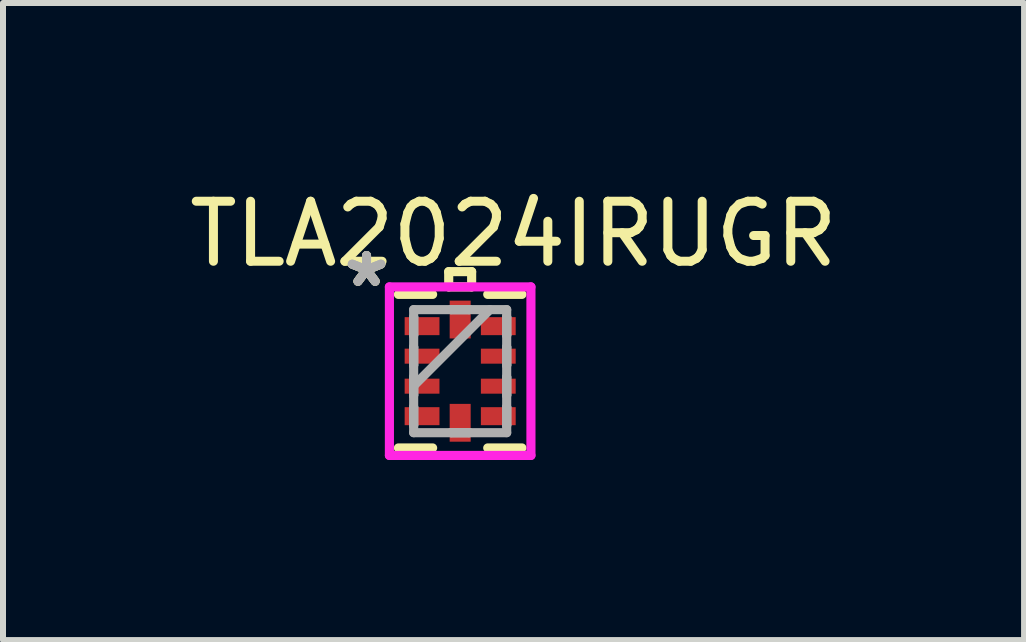
<source format=kicad_pcb>
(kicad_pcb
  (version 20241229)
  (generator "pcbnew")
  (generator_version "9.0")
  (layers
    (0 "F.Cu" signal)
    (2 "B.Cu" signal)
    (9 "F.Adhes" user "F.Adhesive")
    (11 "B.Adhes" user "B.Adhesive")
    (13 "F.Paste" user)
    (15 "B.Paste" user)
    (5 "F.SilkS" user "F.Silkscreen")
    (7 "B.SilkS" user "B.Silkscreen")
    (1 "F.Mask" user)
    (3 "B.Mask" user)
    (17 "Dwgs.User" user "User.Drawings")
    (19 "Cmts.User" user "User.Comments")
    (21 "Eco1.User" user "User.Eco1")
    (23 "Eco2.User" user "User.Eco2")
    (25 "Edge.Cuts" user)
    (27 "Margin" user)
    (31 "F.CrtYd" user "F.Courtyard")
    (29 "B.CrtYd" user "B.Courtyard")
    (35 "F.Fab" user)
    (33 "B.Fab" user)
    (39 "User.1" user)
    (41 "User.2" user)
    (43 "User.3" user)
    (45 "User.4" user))
  (footprint "TLA2024IRUGR"
    (layer "F.Cu")
    (at 4.617 3.134)
    (property "Reference" "TLA2024IRUGR" (at 0.889 -2.286 0) (layer "F.SilkS") (effects (font (size 1 1) (thickness 0.15))))
    (attr through_hole)
    (fp_line (start -0.975 -0.95) (end -0.975 -0.55) (stroke (width 0.152) (type solid)) (layer "F.Mask"))
    (fp_line (start -0.975 -0.55) (end -0.295 -0.55) (stroke (width 0.152) (type solid)) (layer "F.Mask"))
    (fp_line (start -0.975 -0.45) (end -0.975 -0.05) (stroke (width 0.152) (type solid)) (layer "F.Mask"))
    (fp_line (start -0.975 -0.05) (end -0.295 -0.05) (stroke (width 0.152) (type solid)) (layer "F.Mask"))
    (fp_line (start -0.975 0.05) (end -0.975 0.45) (stroke (width 0.152) (type solid)) (layer "F.Mask"))
    (fp_line (start -0.975 0.45) (end -0.295 0.45) (stroke (width 0.152) (type solid)) (layer "F.Mask"))
    (fp_line (start -0.975 0.55) (end -0.975 0.95) (stroke (width 0.152) (type solid)) (layer "F.Mask"))
    (fp_line (start -0.975 0.95) (end -0.295 0.95) (stroke (width 0.152) (type solid)) (layer "F.Mask"))
    (fp_line (start -0.295 -0.95) (end -0.975 -0.95) (stroke (width 0.152) (type solid)) (layer "F.Mask"))
    (fp_line (start -0.295 -0.55) (end -0.295 -0.95) (stroke (width 0.152) (type solid)) (layer "F.Mask"))
    (fp_line (start -0.295 -0.45) (end -0.975 -0.45) (stroke (width 0.152) (type solid)) (layer "F.Mask"))
    (fp_line (start -0.295 -0.05) (end -0.295 -0.45) (stroke (width 0.152) (type solid)) (layer "F.Mask"))
    (fp_line (start -0.295 0.05) (end -0.975 0.05) (stroke (width 0.152) (type solid)) (layer "F.Mask"))
    (fp_line (start -0.295 0.45) (end -0.295 0.05) (stroke (width 0.152) (type solid)) (layer "F.Mask"))
    (fp_line (start -0.295 0.55) (end -0.975 0.55) (stroke (width 0.152) (type solid)) (layer "F.Mask"))
    (fp_line (start -0.295 0.95) (end -0.295 0.55) (stroke (width 0.152) (type solid)) (layer "F.Mask"))
    (fp_line (start -0.2 -1.2) (end -0.2 -0.52) (stroke (width 0.152) (type solid)) (layer "F.Mask"))
    (fp_line (start -0.2 -0.52) (end 0.2 -0.52) (stroke (width 0.152) (type solid)) (layer "F.Mask"))
    (fp_line (start -0.2 0.52) (end -0.2 1.2) (stroke (width 0.152) (type solid)) (layer "F.Mask"))
    (fp_line (start -0.2 1.2) (end 0.2 1.2) (stroke (width 0.152) (type solid)) (layer "F.Mask"))
    (fp_line (start 0.2 -1.2) (end -0.2 -1.2) (stroke (width 0.152) (type solid)) (layer "F.Mask"))
    (fp_line (start 0.2 -0.52) (end 0.2 -1.2) (stroke (width 0.152) (type solid)) (layer "F.Mask"))
    (fp_line (start 0.2 0.52) (end -0.2 0.52) (stroke (width 0.152) (type solid)) (layer "F.Mask"))
    (fp_line (start 0.2 1.2) (end 0.2 0.52) (stroke (width 0.152) (type solid)) (layer "F.Mask"))
    (fp_line (start 0.295 -0.95) (end 0.295 -0.55) (stroke (width 0.152) (type solid)) (layer "F.Mask"))
    (fp_line (start 0.295 -0.55) (end 0.975 -0.55) (stroke (width 0.152) (type solid)) (layer "F.Mask"))
    (fp_line (start 0.295 -0.45) (end 0.295 -0.05) (stroke (width 0.152) (type solid)) (layer "F.Mask"))
    (fp_line (start 0.295 -0.05) (end 0.975 -0.05) (stroke (width 0.152) (type solid)) (layer "F.Mask"))
    (fp_line (start 0.295 0.05) (end 0.295 0.45) (stroke (width 0.152) (type solid)) (layer "F.Mask"))
    (fp_line (start 0.295 0.45) (end 0.975 0.45) (stroke (width 0.152) (type solid)) (layer "F.Mask"))
    (fp_line (start 0.295 0.55) (end 0.295 0.95) (stroke (width 0.152) (type solid)) (layer "F.Mask"))
    (fp_line (start 0.295 0.95) (end 0.975 0.95) (stroke (width 0.152) (type solid)) (layer "F.Mask"))
    (fp_line (start 0.975 -0.95) (end 0.295 -0.95) (stroke (width 0.152) (type solid)) (layer "F.Mask"))
    (fp_line (start 0.975 -0.55) (end 0.975 -0.95) (stroke (width 0.152) (type solid)) (layer "F.Mask"))
    (fp_line (start 0.975 -0.45) (end 0.295 -0.45) (stroke (width 0.152) (type solid)) (layer "F.Mask"))
    (fp_line (start 0.975 -0.05) (end 0.975 -0.45) (stroke (width 0.152) (type solid)) (layer "F.Mask"))
    (fp_line (start 0.975 0.05) (end 0.295 0.05) (stroke (width 0.152) (type solid)) (layer "F.Mask"))
    (fp_line (start 0.975 0.45) (end 0.975 0.05) (stroke (width 0.152) (type solid)) (layer "F.Mask"))
    (fp_line (start 0.975 0.55) (end 0.295 0.55) (stroke (width 0.152) (type solid)) (layer "F.Mask"))
    (fp_line (start 0.975 0.95) (end 0.975 0.55) (stroke (width 0.152) (type solid)) (layer "F.Mask"))
    (fp_line (start -1.029 1.279) (end -0.459 1.279) (stroke (width 0.152) (type solid)) (layer "F.SilkS"))
    (fp_line (start -0.459 -1.279) (end -1.029 -1.279) (stroke (width 0.152) (type solid)) (layer "F.SilkS"))
    (fp_line (start -0.191 -1.658) (end 0.191 -1.658) (stroke (width 0.152) (type solid)) (layer "F.SilkS"))
    (fp_line (start -0.191 -1.404) (end -0.191 -1.658) (stroke (width 0.152) (type solid)) (layer "F.SilkS"))
    (fp_line (start 0.191 -1.658) (end 0.191 -1.404) (stroke (width 0.152) (type solid)) (layer "F.SilkS"))
    (fp_line (start 0.191 -1.404) (end -0.191 -1.404) (stroke (width 0.152) (type solid)) (layer "F.SilkS"))
    (fp_line (start 0.459 1.279) (end 1.029 1.279) (stroke (width 0.152) (type solid)) (layer "F.SilkS"))
    (fp_line (start 1.029 -1.279) (end 0.459 -1.279) (stroke (width 0.152) (type solid)) (layer "F.SilkS"))
    (fp_line (start -0.9 -0.875) (end -0.9 -0.625) (stroke (width 0.152) (type solid)) (layer "F.Paste"))
    (fp_line (start -0.9 -0.625) (end -0.37 -0.625) (stroke (width 0.152) (type solid)) (layer "F.Paste"))
    (fp_line (start -0.9 -0.375) (end -0.9 -0.125) (stroke (width 0.152) (type solid)) (layer "F.Paste"))
    (fp_line (start -0.9 -0.125) (end -0.37 -0.125) (stroke (width 0.152) (type solid)) (layer "F.Paste"))
    (fp_line (start -0.9 0.125) (end -0.9 0.375) (stroke (width 0.152) (type solid)) (layer "F.Paste"))
    (fp_line (start -0.9 0.375) (end -0.37 0.375) (stroke (width 0.152) (type solid)) (layer "F.Paste"))
    (fp_line (start -0.9 0.625) (end -0.9 0.875) (stroke (width 0.152) (type solid)) (layer "F.Paste"))
    (fp_line (start -0.9 0.875) (end -0.37 0.875) (stroke (width 0.152) (type solid)) (layer "F.Paste"))
    (fp_line (start -0.37 -0.875) (end -0.9 -0.875) (stroke (width 0.152) (type solid)) (layer "F.Paste"))
    (fp_line (start -0.37 -0.625) (end -0.37 -0.875) (stroke (width 0.152) (type solid)) (layer "F.Paste"))
    (fp_line (start -0.37 -0.375) (end -0.9 -0.375) (stroke (width 0.152) (type solid)) (layer "F.Paste"))
    (fp_line (start -0.37 -0.125) (end -0.37 -0.375) (stroke (width 0.152) (type solid)) (layer "F.Paste"))
    (fp_line (start -0.37 0.125) (end -0.9 0.125) (stroke (width 0.152) (type solid)) (layer "F.Paste"))
    (fp_line (start -0.37 0.375) (end -0.37 0.125) (stroke (width 0.152) (type solid)) (layer "F.Paste"))
    (fp_line (start -0.37 0.625) (end -0.9 0.625) (stroke (width 0.152) (type solid)) (layer "F.Paste"))
    (fp_line (start -0.37 0.875) (end -0.37 0.625) (stroke (width 0.152) (type solid)) (layer "F.Paste"))
    (fp_line (start -0.125 -1.125) (end -0.125 -0.595) (stroke (width 0.152) (type solid)) (layer "F.Paste"))
    (fp_line (start -0.125 -0.595) (end 0.125 -0.595) (stroke (width 0.152) (type solid)) (layer "F.Paste"))
    (fp_line (start -0.125 0.595) (end -0.125 1.125) (stroke (width 0.152) (type solid)) (layer "F.Paste"))
    (fp_line (start -0.125 1.125) (end 0.125 1.125) (stroke (width 0.152) (type solid)) (layer "F.Paste"))
    (fp_line (start 0.125 -1.125) (end -0.125 -1.125) (stroke (width 0.152) (type solid)) (layer "F.Paste"))
    (fp_line (start 0.125 -0.595) (end 0.125 -1.125) (stroke (width 0.152) (type solid)) (layer "F.Paste"))
    (fp_line (start 0.125 0.595) (end -0.125 0.595) (stroke (width 0.152) (type solid)) (layer "F.Paste"))
    (fp_line (start 0.125 1.125) (end 0.125 0.595) (stroke (width 0.152) (type solid)) (layer "F.Paste"))
    (fp_line (start 0.37 -0.875) (end 0.37 -0.625) (stroke (width 0.152) (type solid)) (layer "F.Paste"))
    (fp_line (start 0.37 -0.625) (end 0.9 -0.625) (stroke (width 0.152) (type solid)) (layer "F.Paste"))
    (fp_line (start 0.37 -0.375) (end 0.37 -0.125) (stroke (width 0.152) (type solid)) (layer "F.Paste"))
    (fp_line (start 0.37 -0.125) (end 0.9 -0.125) (stroke (width 0.152) (type solid)) (layer "F.Paste"))
    (fp_line (start 0.37 0.125) (end 0.37 0.375) (stroke (width 0.152) (type solid)) (layer "F.Paste"))
    (fp_line (start 0.37 0.375) (end 0.9 0.375) (stroke (width 0.152) (type solid)) (layer "F.Paste"))
    (fp_line (start 0.37 0.625) (end 0.37 0.875) (stroke (width 0.152) (type solid)) (layer "F.Paste"))
    (fp_line (start 0.37 0.875) (end 0.9 0.875) (stroke (width 0.152) (type solid)) (layer "F.Paste"))
    (fp_line (start 0.9 -0.875) (end 0.37 -0.875) (stroke (width 0.152) (type solid)) (layer "F.Paste"))
    (fp_line (start 0.9 -0.625) (end 0.9 -0.875) (stroke (width 0.152) (type solid)) (layer "F.Paste"))
    (fp_line (start 0.9 -0.375) (end 0.37 -0.375) (stroke (width 0.152) (type solid)) (layer "F.Paste"))
    (fp_line (start 0.9 -0.125) (end 0.9 -0.375) (stroke (width 0.152) (type solid)) (layer "F.Paste"))
    (fp_line (start 0.9 0.125) (end 0.37 0.125) (stroke (width 0.152) (type solid)) (layer "F.Paste"))
    (fp_line (start 0.9 0.375) (end 0.9 0.125) (stroke (width 0.152) (type solid)) (layer "F.Paste"))
    (fp_line (start 0.9 0.625) (end 0.37 0.625) (stroke (width 0.152) (type solid)) (layer "F.Paste"))
    (fp_line (start 0.9 0.875) (end 0.9 0.625) (stroke (width 0.152) (type solid)) (layer "F.Paste"))
    (fp_line (start -1.179 -1.404) (end 1.179 -1.404) (stroke (width 0.152) (type solid)) (layer "F.CrtYd"))
    (fp_line (start -1.179 1.404) (end -1.179 -1.404) (stroke (width 0.152) (type solid)) (layer "F.CrtYd"))
    (fp_line (start 1.179 -1.404) (end 1.179 1.404) (stroke (width 0.152) (type solid)) (layer "F.CrtYd"))
    (fp_line (start 1.179 1.404) (end -1.179 1.404) (stroke (width 0.152) (type solid)) (layer "F.CrtYd"))
    (fp_line (start -0.775 -1.025) (end -0.775 1.025) (stroke (width 0.152) (type solid)) (layer "F.Fab"))
    (fp_line (start -0.775 -0.9) (end -0.775 -0.9) (stroke (width 0.152) (type solid)) (layer "F.Fab"))
    (fp_line (start -0.775 -0.9) (end -0.775 -0.6) (stroke (width 0.152) (type solid)) (layer "F.Fab"))
    (fp_line (start -0.775 -0.6) (end -0.775 -0.9) (stroke (width 0.152) (type solid)) (layer "F.Fab"))
    (fp_line (start -0.775 -0.6) (end -0.775 -0.6) (stroke (width 0.152) (type solid)) (layer "F.Fab"))
    (fp_line (start -0.775 -0.4) (end -0.775 -0.4) (stroke (width 0.152) (type solid)) (layer "F.Fab"))
    (fp_line (start -0.775 -0.4) (end -0.775 -0.1) (stroke (width 0.152) (type solid)) (layer "F.Fab"))
    (fp_line (start -0.775 -0.1) (end -0.775 -0.4) (stroke (width 0.152) (type solid)) (layer "F.Fab"))
    (fp_line (start -0.775 -0.1) (end -0.775 -0.1) (stroke (width 0.152) (type solid)) (layer "F.Fab"))
    (fp_line (start -0.775 0.1) (end -0.775 0.1) (stroke (width 0.152) (type solid)) (layer "F.Fab"))
    (fp_line (start -0.775 0.1) (end -0.775 0.4) (stroke (width 0.152) (type solid)) (layer "F.Fab"))
    (fp_line (start -0.775 0.245) (end 0.495 -1.025) (stroke (width 0.152) (type solid)) (layer "F.Fab"))
    (fp_line (start -0.775 0.4) (end -0.775 0.1) (stroke (width 0.152) (type solid)) (layer "F.Fab"))
    (fp_line (start -0.775 0.4) (end -0.775 0.4) (stroke (width 0.152) (type solid)) (layer "F.Fab"))
    (fp_line (start -0.775 0.6) (end -0.775 0.6) (stroke (width 0.152) (type solid)) (layer "F.Fab"))
    (fp_line (start -0.775 0.6) (end -0.775 0.9) (stroke (width 0.152) (type solid)) (layer "F.Fab"))
    (fp_line (start -0.775 0.9) (end -0.775 0.6) (stroke (width 0.152) (type solid)) (layer "F.Fab"))
    (fp_line (start -0.775 0.9) (end -0.775 0.9) (stroke (width 0.152) (type solid)) (layer "F.Fab"))
    (fp_line (start -0.775 1.025) (end 0.775 1.025) (stroke (width 0.152) (type solid)) (layer "F.Fab"))
    (fp_line (start -0.15 -1.025) (end -0.15 -1.025) (stroke (width 0.152) (type solid)) (layer "F.Fab"))
    (fp_line (start -0.15 -1.025) (end 0.15 -1.025) (stroke (width 0.152) (type solid)) (layer "F.Fab"))
    (fp_line (start -0.15 1.025) (end -0.15 1.025) (stroke (width 0.152) (type solid)) (layer "F.Fab"))
    (fp_line (start -0.15 1.025) (end 0.15 1.025) (stroke (width 0.152) (type solid)) (layer "F.Fab"))
    (fp_line (start 0.15 -1.025) (end -0.15 -1.025) (stroke (width 0.152) (type solid)) (layer "F.Fab"))
    (fp_line (start 0.15 -1.025) (end 0.15 -1.025) (stroke (width 0.152) (type solid)) (layer "F.Fab"))
    (fp_line (start 0.15 1.025) (end -0.15 1.025) (stroke (width 0.152) (type solid)) (layer "F.Fab"))
    (fp_line (start 0.15 1.025) (end 0.15 1.025) (stroke (width 0.152) (type solid)) (layer "F.Fab"))
    (fp_line (start 0.775 -1.025) (end -0.775 -1.025) (stroke (width 0.152) (type solid)) (layer "F.Fab"))
    (fp_line (start 0.775 -0.9) (end 0.775 -0.9) (stroke (width 0.152) (type solid)) (layer "F.Fab"))
    (fp_line (start 0.775 -0.9) (end 0.775 -0.6) (stroke (width 0.152) (type solid)) (layer "F.Fab"))
    (fp_line (start 0.775 -0.6) (end 0.775 -0.9) (stroke (width 0.152) (type solid)) (layer "F.Fab"))
    (fp_line (start 0.775 -0.6) (end 0.775 -0.6) (stroke (width 0.152) (type solid)) (layer "F.Fab"))
    (fp_line (start 0.775 -0.4) (end 0.775 -0.4) (stroke (width 0.152) (type solid)) (layer "F.Fab"))
    (fp_line (start 0.775 -0.4) (end 0.775 -0.1) (stroke (width 0.152) (type solid)) (layer "F.Fab"))
    (fp_line (start 0.775 -0.1) (end 0.775 -0.4) (stroke (width 0.152) (type solid)) (layer "F.Fab"))
    (fp_line (start 0.775 -0.1) (end 0.775 -0.1) (stroke (width 0.152) (type solid)) (layer "F.Fab"))
    (fp_line (start 0.775 0.1) (end 0.775 0.1) (stroke (width 0.152) (type solid)) (layer "F.Fab"))
    (fp_line (start 0.775 0.1) (end 0.775 0.4) (stroke (width 0.152) (type solid)) (layer "F.Fab"))
    (fp_line (start 0.775 0.4) (end 0.775 0.1) (stroke (width 0.152) (type solid)) (layer "F.Fab"))
    (fp_line (start 0.775 0.4) (end 0.775 0.4) (stroke (width 0.152) (type solid)) (layer "F.Fab"))
    (fp_line (start 0.775 0.6) (end 0.775 0.6) (stroke (width 0.152) (type solid)) (layer "F.Fab"))
    (fp_line (start 0.775 0.6) (end 0.775 0.9) (stroke (width 0.152) (type solid)) (layer "F.Fab"))
    (fp_line (start 0.775 0.9) (end 0.775 0.6) (stroke (width 0.152) (type solid)) (layer "F.Fab"))
    (fp_line (start 0.775 0.9) (end 0.775 0.9) (stroke (width 0.152) (type solid)) (layer "F.Fab"))
    (fp_line (start 0.775 1.025) (end 0.775 -1.025) (stroke (width 0.152) (type solid)) (layer "F.Fab"))
    (fp_text user "*" (at -1.56 -1.381 0) (layer "F.SilkS") (effects (font (size 1 1) (thickness 0.15))))
    (fp_text user "*" (at -1.56 -1.381 0) (layer "F.SilkS") (effects (font (size 1 1) (thickness 0.15))))
    (fp_text user "*" (at -1.56 -1.381 0) (layer "F.Fab") (effects (font (size 1 1) (thickness 0.15))))
    (fp_text user "*" (at -1.56 -1.381 0) (layer "F.Fab") (effects (font (size 1 1) (thickness 0.15))))
    (pad "1" smd rect (at -0.635 -0.75 90) (size 0.3 0.58) (layers "F.Cu" "F.Mask" "F.Paste"))
    (pad "2" smd rect (at -0.635 -0.25 90) (size 0.25 0.58) (layers "F.Cu" "F.Mask" "F.Paste"))
    (pad "3" smd rect (at -0.635 0.25 90) (size 0.25 0.58) (layers "F.Cu" "F.Mask" "F.Paste"))
    (pad "4" smd rect (at -0.635 0.75 90) (size 0.3 0.58) (layers "F.Cu" "F.Mask" "F.Paste"))
    (pad "5" smd rect (at 0 0.86) (size 0.35 0.63) (layers "F.Cu" "F.Mask" "F.Paste"))
    (pad "6" smd rect (at 0.635 0.75 90) (size 0.3 0.58) (layers "F.Cu" "F.Mask" "F.Paste"))
    (pad "7" smd rect (at 0.635 0.25 90) (size 0.25 0.58) (layers "F.Cu" "F.Mask" "F.Paste"))
    (pad "8" smd rect (at 0.635 -0.25 90) (size 0.25 0.58) (layers "F.Cu" "F.Mask" "F.Paste"))
    (pad "9" smd rect (at 0.635 -0.75 90) (size 0.3 0.58) (layers "F.Cu" "F.Mask" "F.Paste"))
    (pad "10" smd rect (at 0 -0.86) (size 0.35 0.63) (layers "F.Cu" "F.Mask" "F.Paste")))
  (gr_rect
    (start -3 -3)
    (end 14.012 7.614)
    (stroke (width 0.1) (type default))
    (fill no)
    (layer "Edge.Cuts")))
</source>
